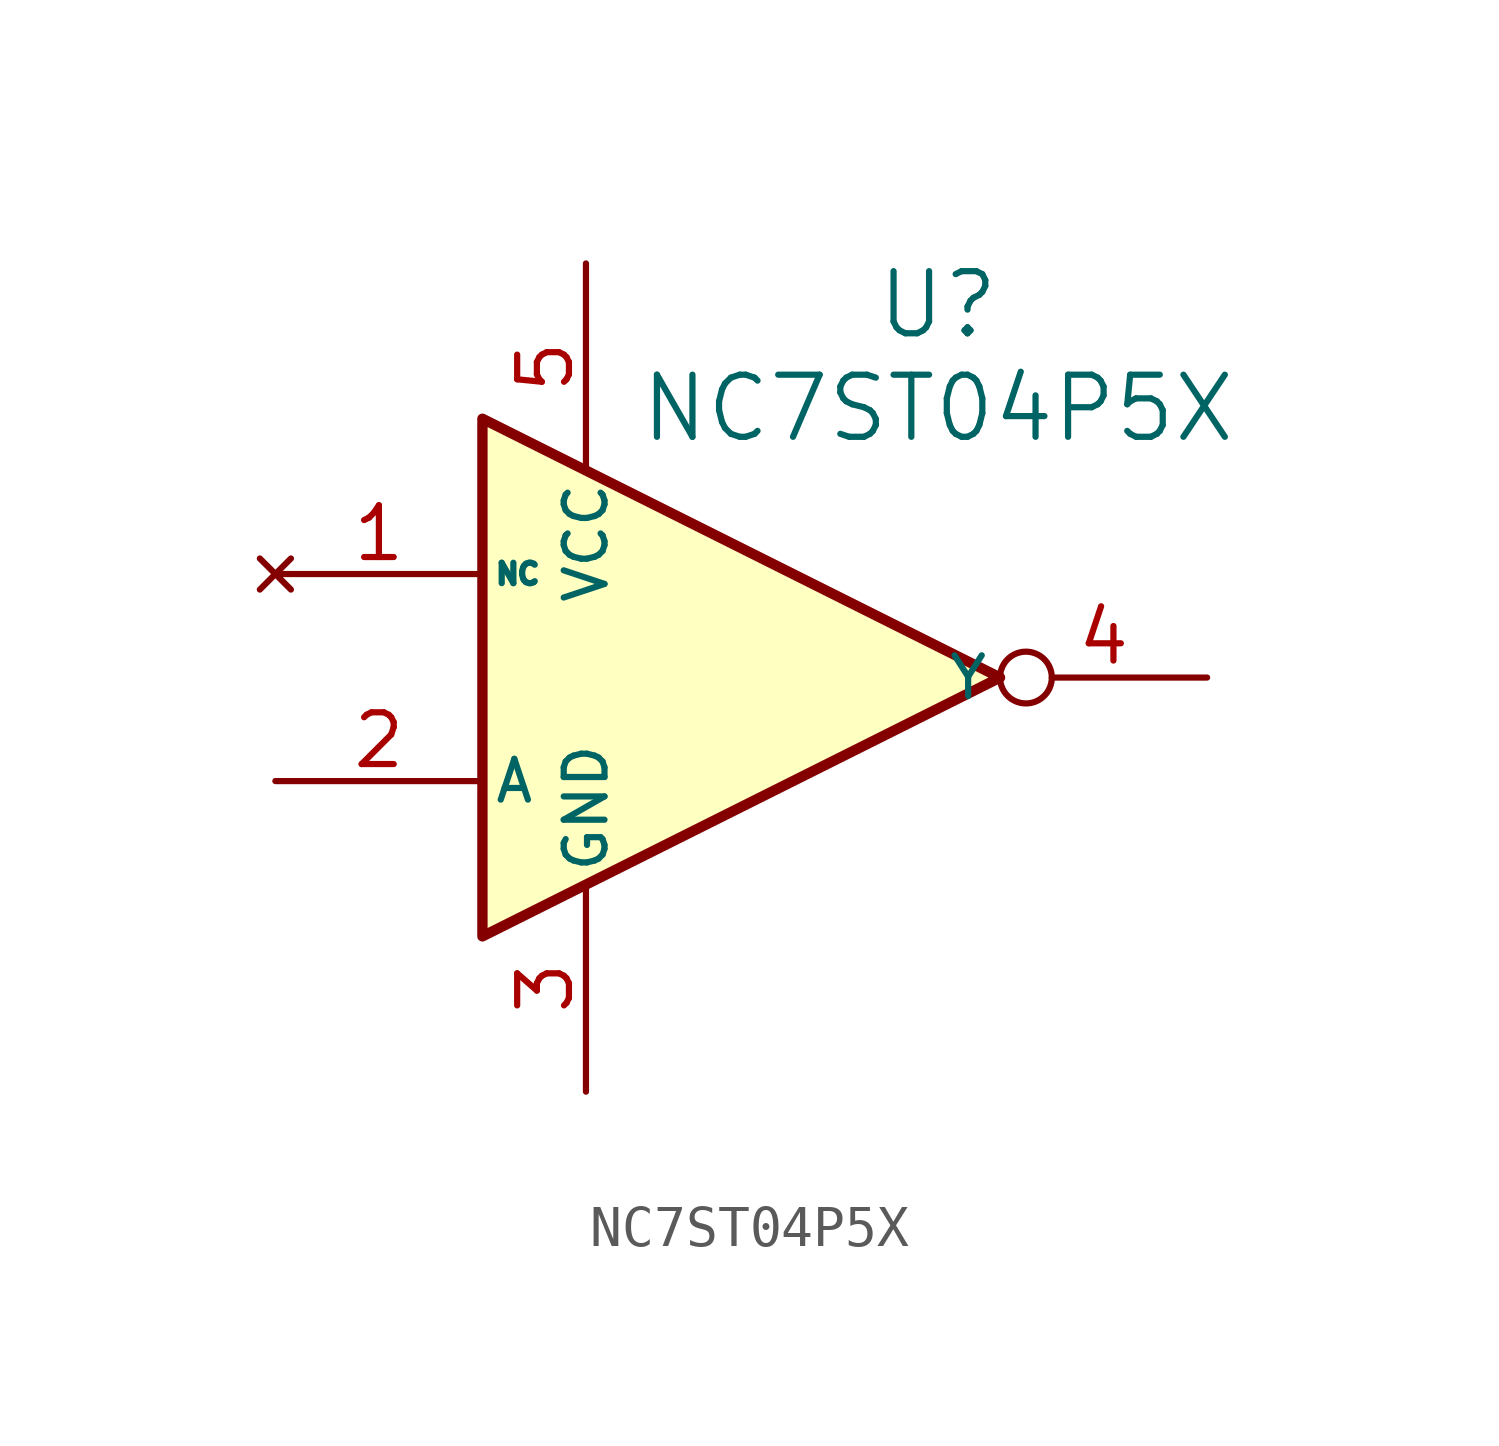
<source format=kicad_sym>
(kicad_symbol_lib
  (version 20231120)
  (generator "kicad_symbol_editor")
  (generator_version "8.0")
  (symbol "NC7ST04P5X"
    (pin_names
      (offset 0.254))
    (property "Reference" "U"
      (at 23.876 9.144 0)
      (effects (font (size 1.524 1.524))))
    (property "Value" "NC7ST04P5X"
      (at 23.876 6.604 0)
      (effects (font (size 1.524 1.524))))
    (symbol "NC7ST04P5X_0_1"
      (polyline (pts (xy 12.7 6.35) (xy 12.7 -6.35) (xy 25.4 0) (xy 12.7 6.35)) (stroke (width 0.254) (type default)) (fill (type background))))
    (symbol "NC7ST04P5X_1_1"
      (pin no_connect line (at 7.62 2.54 0) (length 5.08) (name "NC" (effects (font (size 0.5 0.5)))) (number "1" (effects (font (size 1.27 1.27)))))
      (pin input line (at 7.62 -2.54 0) (length 5.08) (name "A" (effects (font (size 1 1)))) (number "2" (effects (font (size 1.27 1.27)))))
      (pin power_in line (at 15.24 -10.16 90) (length 5.08) (name "GND" (effects (font (size 1 1)))) (number "3" (effects (font (size 1.27 1.27)))))
      (pin output inverted (at 30.48 0 180) (length 5.08) (name "Y" (effects (font (size 1 1)))) (number "4" (effects (font (size 1.27 1.27)))))
      (pin power_in line (at 15.24 10.16 270) (length 5.08) (name "VCC" (effects (font (size 1 1)))) (number "5" (effects (font (size 1.27 1.27))))))))
</source>
